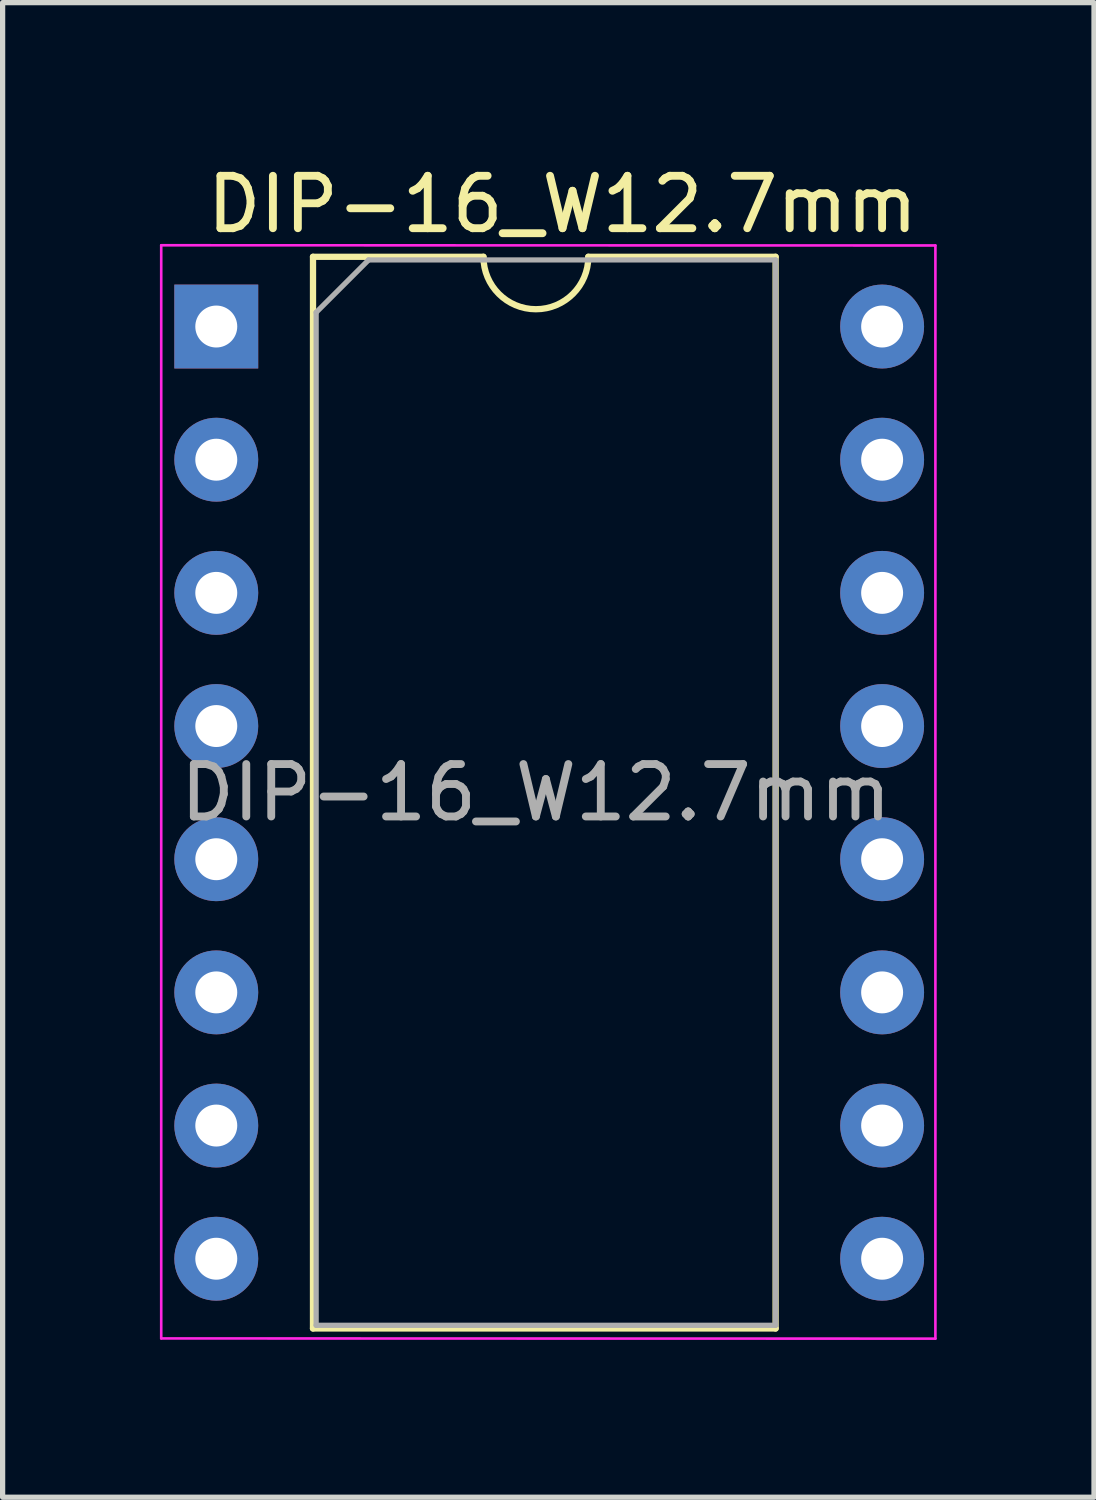
<source format=kicad_pcb>
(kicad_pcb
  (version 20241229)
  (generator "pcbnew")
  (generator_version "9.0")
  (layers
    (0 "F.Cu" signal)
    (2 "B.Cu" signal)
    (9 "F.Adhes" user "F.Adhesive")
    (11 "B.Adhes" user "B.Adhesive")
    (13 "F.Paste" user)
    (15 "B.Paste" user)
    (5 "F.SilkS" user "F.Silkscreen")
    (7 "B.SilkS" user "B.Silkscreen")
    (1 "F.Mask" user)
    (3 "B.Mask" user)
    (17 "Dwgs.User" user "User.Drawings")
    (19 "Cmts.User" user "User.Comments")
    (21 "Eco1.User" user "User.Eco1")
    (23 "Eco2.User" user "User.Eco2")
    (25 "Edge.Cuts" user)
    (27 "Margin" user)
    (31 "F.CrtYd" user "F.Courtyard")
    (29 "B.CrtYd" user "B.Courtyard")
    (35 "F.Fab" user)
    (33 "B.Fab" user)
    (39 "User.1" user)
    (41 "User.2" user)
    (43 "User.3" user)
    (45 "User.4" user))
  (footprint "DIP-16_W12.7mm"
    (layer "F.Cu")
    (at 1.075 3.178)
    (property "Reference" "DIP-16_W12.7mm" (at 6.604 -2.33 0) (layer "F.SilkS") (effects (font (size 1 1) (thickness 0.15))))
    (attr through_hole)
    (fp_line (start 1.845 -1.33) (end 1.845 19.11) (stroke (width 0.12) (type solid)) (layer "F.SilkS"))
    (fp_line (start 1.845 19.11) (end 10.668 19.11) (stroke (width 0.12) (type solid)) (layer "F.SilkS"))
    (fp_line (start 5.096 -1.33) (end 1.845 -1.33) (stroke (width 0.12) (type solid)) (layer "F.SilkS"))
    (fp_line (start 10.668 -1.33) (end 7.096 -1.33) (stroke (width 0.12) (type solid)) (layer "F.SilkS"))
    (fp_line (start 10.668 19.11) (end 10.668 -1.33) (stroke (width 0.12) (type solid)) (layer "F.SilkS"))
    (fp_arc (start 7.096 -1.33) (mid 6.096 -0.33) (end 5.096 -1.33) (stroke (width 0.12) (type solid)) (layer "F.SilkS"))
    (fp_line (start -1.05 -1.55) (end -1.05 19.3) (stroke (width 0.05) (type solid)) (layer "F.CrtYd"))
    (fp_line (start -1.05 19.3) (end 13.716 19.304) (stroke (width 0.05) (type solid)) (layer "F.CrtYd"))
    (fp_line (start 13.716 -1.546) (end -1.05 -1.55) (stroke (width 0.05) (type solid)) (layer "F.CrtYd"))
    (fp_line (start 13.716 19.304) (end 13.716 -1.546) (stroke (width 0.05) (type solid)) (layer "F.CrtYd"))
    (fp_line (start 1.905 -0.27) (end 2.905 -1.27) (stroke (width 0.1) (type solid)) (layer "F.Fab"))
    (fp_line (start 1.905 19.05) (end 1.905 -0.27) (stroke (width 0.1) (type solid)) (layer "F.Fab"))
    (fp_line (start 2.905 -1.27) (end 10.668 -1.27) (stroke (width 0.1) (type solid)) (layer "F.Fab"))
    (fp_line (start 10.668 -1.27) (end 10.668 19.05) (stroke (width 0.1) (type solid)) (layer "F.Fab"))
    (fp_line (start 10.668 19.05) (end 1.905 19.05) (stroke (width 0.1) (type solid)) (layer "F.Fab"))
    (fp_text user "${REFERENCE}" (at 6.096 8.89 0) (layer "F.Fab") (effects (font (size 1 1) (thickness 0.15))))
    (pad "1" thru_hole rect (at 0 0) (size 1.6 1.6) (drill 0.8) (layers "*.Cu" "*.Mask"))
    (pad "2" thru_hole oval (at 0 2.54) (size 1.6 1.6) (drill 0.8) (layers "*.Cu" "*.Mask"))
    (pad "3" thru_hole oval (at 0 5.08) (size 1.6 1.6) (drill 0.8) (layers "*.Cu" "*.Mask"))
    (pad "4" thru_hole oval (at 0 7.62) (size 1.6 1.6) (drill 0.8) (layers "*.Cu" "*.Mask"))
    (pad "5" thru_hole oval (at 0 10.16) (size 1.6 1.6) (drill 0.8) (layers "*.Cu" "*.Mask"))
    (pad "6" thru_hole oval (at 0 12.7) (size 1.6 1.6) (drill 0.8) (layers "*.Cu" "*.Mask"))
    (pad "7" thru_hole oval (at 0 15.24) (size 1.6 1.6) (drill 0.8) (layers "*.Cu" "*.Mask"))
    (pad "8" thru_hole oval (at 0 17.78) (size 1.6 1.6) (drill 0.8) (layers "*.Cu" "*.Mask"))
    (pad "9" thru_hole oval (at 12.7 17.78) (size 1.6 1.6) (drill 0.8) (layers "*.Cu" "*.Mask"))
    (pad "10" thru_hole oval (at 12.7 15.24) (size 1.6 1.6) (drill 0.8) (layers "*.Cu" "*.Mask"))
    (pad "11" thru_hole oval (at 12.7 12.7) (size 1.6 1.6) (drill 0.8) (layers "*.Cu" "*.Mask"))
    (pad "12" thru_hole oval (at 12.7 10.16) (size 1.6 1.6) (drill 0.8) (layers "*.Cu" "*.Mask"))
    (pad "13" thru_hole oval (at 12.7 7.62) (size 1.6 1.6) (drill 0.8) (layers "*.Cu" "*.Mask"))
    (pad "14" thru_hole oval (at 12.7 5.08) (size 1.6 1.6) (drill 0.8) (layers "*.Cu" "*.Mask"))
    (pad "15" thru_hole oval (at 12.7 2.54) (size 1.6 1.6) (drill 0.8) (layers "*.Cu" "*.Mask"))
    (pad "16" thru_hole oval (at 12.7 0) (size 1.6 1.6) (drill 0.8) (layers "*.Cu" "*.Mask")))
  (gr_rect
    (start -3 -3)
    (end 17.816 25.507)
    (stroke (width 0.1) (type default))
    (fill no)
    (layer "Edge.Cuts")))
</source>
